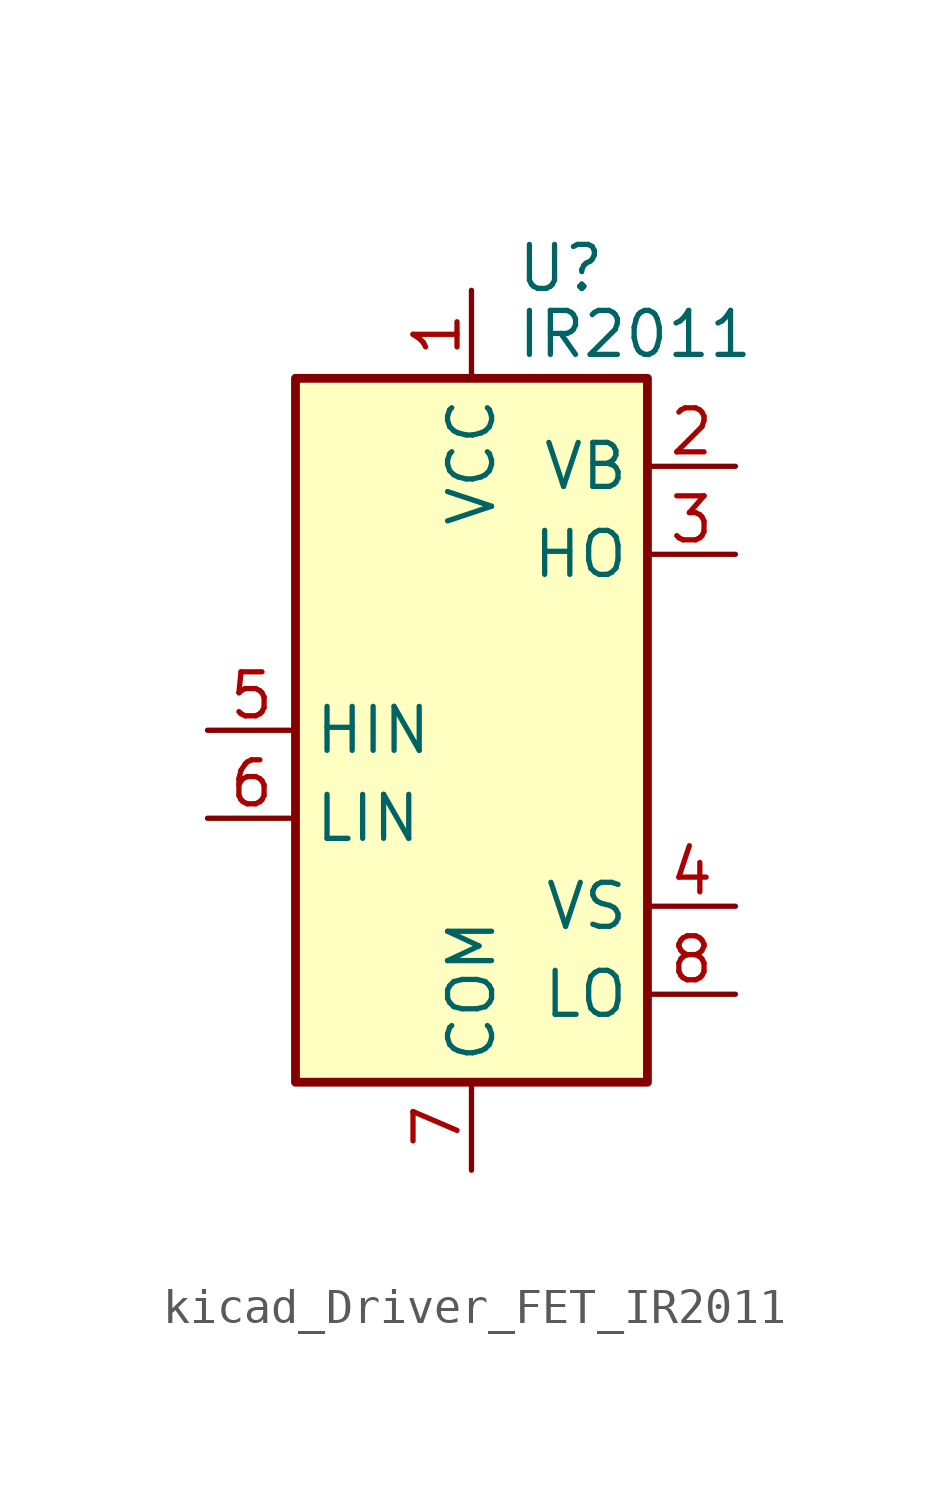
<source format=kicad_sym>
(kicad_symbol_lib
  (version 20220914)
  (generator kicad_symbol_editor)
  (symbol "kicad_Driver_FET_IR2011"
    (property "Reference" "U"
      (at 1.27 13.335 0)
      (effects (font (size 1.27 1.27)) (justify left)))
    (property "Value" "IR2011"
      (at 1.27 11.43 0)
      (effects (font (size 1.27 1.27)) (justify left)))
    (symbol "kicad_Driver_FET_IR2011_0_1"
      (rectangle (start -5.08 -10.16) (end 5.08 10.16) (stroke (width 0.254) (type default)) (fill (type background))))
    (symbol "kicad_Driver_FET_IR2011_1_1"
      (pin power_in line (at 0 12.7 270) (length 2.54) (name "VCC" (effects (font (size 1.27 1.27)))) (number "1" (effects (font (size 1.27 1.27)))))
      (pin passive line (at 7.62 7.62 180) (length 2.54) (name "VB" (effects (font (size 1.27 1.27)))) (number "2" (effects (font (size 1.27 1.27)))))
      (pin output line (at 7.62 5.08 180) (length 2.54) (name "HO" (effects (font (size 1.27 1.27)))) (number "3" (effects (font (size 1.27 1.27)))))
      (pin passive line (at 7.62 -5.08 180) (length 2.54) (name "VS" (effects (font (size 1.27 1.27)))) (number "4" (effects (font (size 1.27 1.27)))))
      (pin input line (at -7.62 0 0) (length 2.54) (name "HIN" (effects (font (size 1.27 1.27)))) (number "5" (effects (font (size 1.27 1.27)))))
      (pin input line (at -7.62 -2.54 0) (length 2.54) (name "LIN" (effects (font (size 1.27 1.27)))) (number "6" (effects (font (size 1.27 1.27)))))
      (pin power_in line (at 0 -12.7 90) (length 2.54) (name "COM" (effects (font (size 1.27 1.27)))) (number "7" (effects (font (size 1.27 1.27)))))
      (pin output line (at 7.62 -7.62 180) (length 2.54) (name "LO" (effects (font (size 1.27 1.27)))) (number "8" (effects (font (size 1.27 1.27))))))))
</source>
